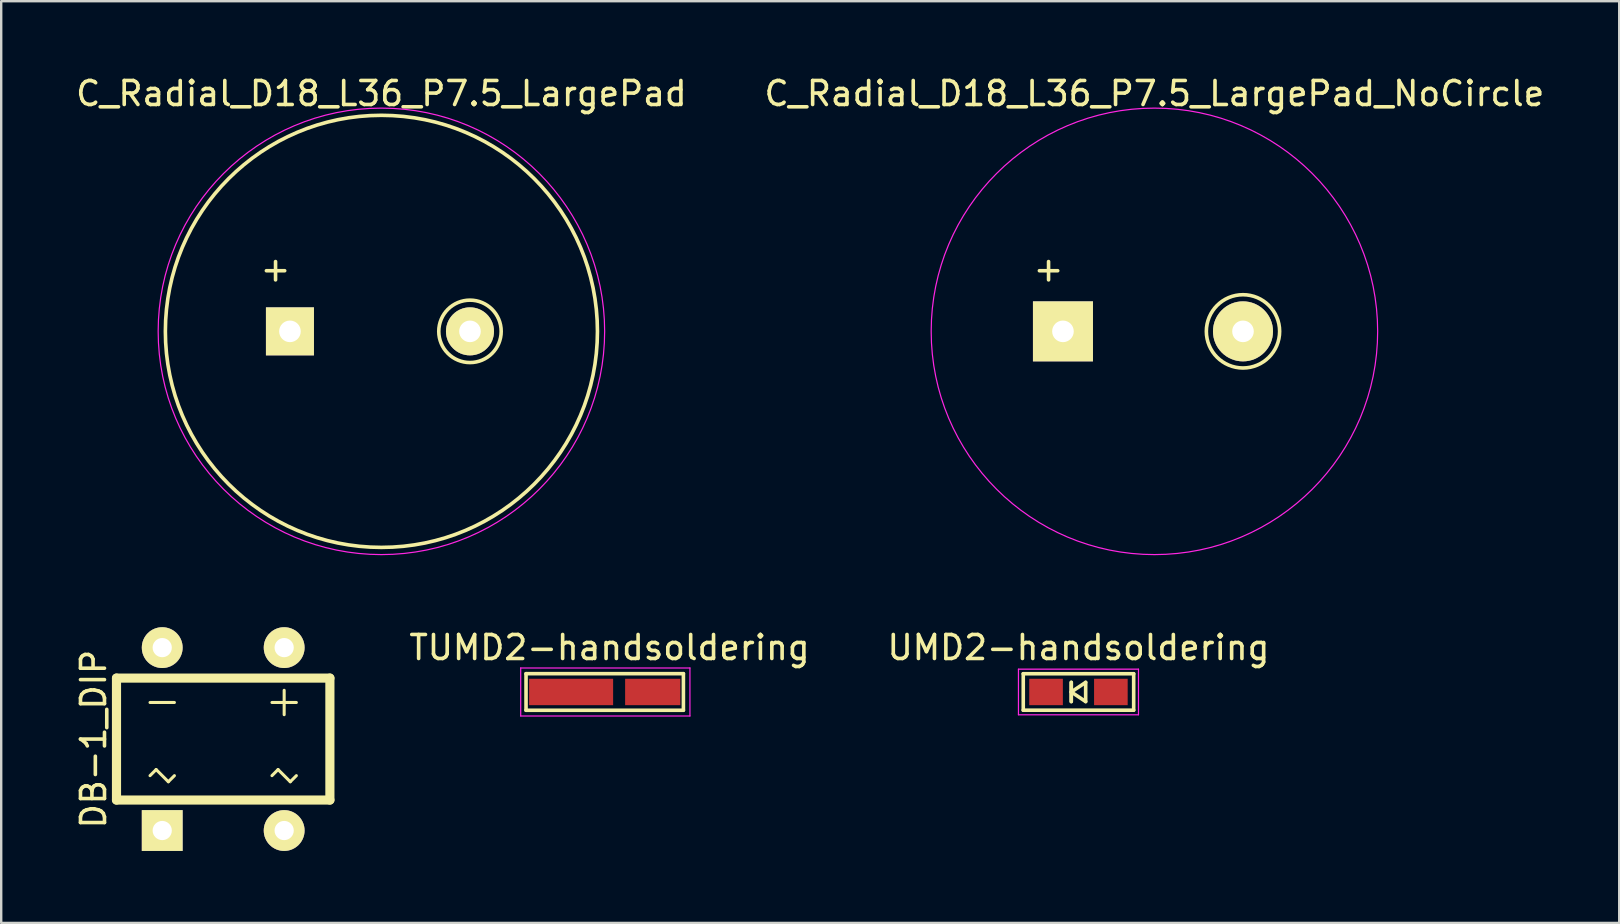
<source format=kicad_pcb>
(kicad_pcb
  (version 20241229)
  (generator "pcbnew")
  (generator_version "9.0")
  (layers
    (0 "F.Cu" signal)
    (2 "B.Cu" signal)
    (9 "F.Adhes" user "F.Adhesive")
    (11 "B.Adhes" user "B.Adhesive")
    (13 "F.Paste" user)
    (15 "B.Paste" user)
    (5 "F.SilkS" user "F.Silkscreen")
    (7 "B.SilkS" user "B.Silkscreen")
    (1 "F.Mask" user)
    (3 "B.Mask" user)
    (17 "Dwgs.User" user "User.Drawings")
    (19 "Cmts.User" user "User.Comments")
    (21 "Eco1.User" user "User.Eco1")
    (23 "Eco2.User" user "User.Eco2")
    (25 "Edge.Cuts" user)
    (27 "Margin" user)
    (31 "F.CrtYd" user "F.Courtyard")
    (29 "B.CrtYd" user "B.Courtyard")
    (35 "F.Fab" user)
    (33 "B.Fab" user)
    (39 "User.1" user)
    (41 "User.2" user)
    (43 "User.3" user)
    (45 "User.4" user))
  (footprint "TUMD2-handsoldering"
    (layer "F.Cu")
    (at 22.342 25.777)
    (property "Reference" "TUMD2-handsoldering" (at 0 -1.85 0) (layer "F.SilkS") (effects (font (size 1 1) (thickness 0.15))))
    (attr smd)
    (fp_line (start -3.478 -0.762) (end 3.078 -0.762) (stroke (width 0.15) (type solid)) (layer "F.SilkS"))
    (fp_line (start -3.478 0.762) (end -3.478 -0.762) (stroke (width 0.15) (type solid)) (layer "F.SilkS"))
    (fp_line (start 3.078 -0.762) (end 3.078 0.762) (stroke (width 0.15) (type solid)) (layer "F.SilkS"))
    (fp_line (start 3.078 0.762) (end -3.478 0.762) (stroke (width 0.15) (type solid)) (layer "F.SilkS"))
    (fp_line (start -3.7 -1) (end 3.35 -1) (stroke (width 0.05) (type solid)) (layer "F.CrtYd"))
    (fp_line (start -3.7 1) (end -3.7 -1) (stroke (width 0.05) (type solid)) (layer "F.CrtYd"))
    (fp_line (start 3.35 -1) (end 3.35 1) (stroke (width 0.05) (type solid)) (layer "F.CrtYd"))
    (fp_line (start 3.35 1) (end -3.7 1) (stroke (width 0.05) (type solid)) (layer "F.CrtYd"))
    (pad "1" smd rect (at -1.6 0 180) (size 3.5 1.1) (layers "F.Cu" "F.Mask" "F.Paste"))
    (pad "2" smd rect (at 1.8 0 180) (size 2.3 1.1) (layers "F.Cu" "F.Mask" "F.Paste")))
  (footprint "C_Radial_D18_L36_P7.5_LargePad_NoCircle"
    (layer "F.Cu")
    (at 41.232 10.754)
    (property "Reference" "C_Radial_D18_L36_P7.5_LargePad_NoCircle" (at 3.81 -9.906 0) (layer "F.SilkS") (effects (font (size 1 1) (thickness 0.15))))
    (attr through_hole)
    (fp_circle (center 7.5 0) (end 8.3 -1.3) (stroke (width 0.15) (type solid)) (fill no) (layer "F.SilkS"))
    (fp_circle (center 3.81 0) (end 3.81 -9.3) (stroke (width 0.05) (type solid)) (fill no) (layer "F.CrtYd"))
    (fp_text user "+" (at -0.6 -2.6 0) (layer "F.SilkS") (effects (font (size 1 1) (thickness 0.15))))
    (pad "1" thru_hole rect (at 0 0) (size 2.5 2.5) (drill 0.9) (layers "*.Cu" "*.Mask" "F.SilkS"))
    (pad "2" thru_hole circle (at 7.5 0) (size 2.5 2.5) (drill 0.9) (layers "*.Cu" "*.Mask" "F.SilkS")))
  (footprint "UMD2-handsoldering"
    (layer "F.Cu")
    (at 41.878 25.777)
    (property "Reference" "UMD2-handsoldering" (at 0 -1.85 0) (layer "F.SilkS") (effects (font (size 1 1) (thickness 0.15))))
    (attr smd)
    (fp_line (start -2.3 -0.76) (end 2.3 -0.76) (stroke (width 0.15) (type solid)) (layer "F.SilkS"))
    (fp_line (start -2.3 0.76) (end -2.3 -0.76) (stroke (width 0.15) (type solid)) (layer "F.SilkS"))
    (fp_line (start -0.3 -0.4) (end -0.3 0.4) (stroke (width 0.15) (type solid)) (layer "F.SilkS"))
    (fp_line (start -0.3 0) (end 0.3 -0.4) (stroke (width 0.15) (type solid)) (layer "F.SilkS"))
    (fp_line (start -0.3 0) (end 0.3 0.4) (stroke (width 0.15) (type solid)) (layer "F.SilkS"))
    (fp_line (start -0.3 0.4) (end -0.3 -0.4) (stroke (width 0.15) (type solid)) (layer "F.SilkS"))
    (fp_line (start 0.3 0.4) (end 0.3 -0.4) (stroke (width 0.15) (type solid)) (layer "F.SilkS"))
    (fp_line (start 2.3 -0.76) (end 2.3 0.76) (stroke (width 0.15) (type solid)) (layer "F.SilkS"))
    (fp_line (start 2.3 0.76) (end -2.3 0.76) (stroke (width 0.15) (type solid)) (layer "F.SilkS"))
    (fp_line (start -2.5 -0.95) (end 2.5 -0.95) (stroke (width 0.05) (type solid)) (layer "F.CrtYd"))
    (fp_line (start -2.5 0.95) (end -2.5 -0.95) (stroke (width 0.05) (type solid)) (layer "F.CrtYd"))
    (fp_line (start 2.5 -0.95) (end 2.5 0.95) (stroke (width 0.05) (type solid)) (layer "F.CrtYd"))
    (fp_line (start 2.5 0.95) (end -2.5 0.95) (stroke (width 0.05) (type solid)) (layer "F.CrtYd"))
    (pad "1" smd rect (at -1.35 0 180) (size 1.4 1.1) (layers "F.Cu" "F.Mask" "F.Paste"))
    (pad "2" smd rect (at 1.35 0 180) (size 1.4 1.1) (layers "F.Cu" "F.Mask" "F.Paste")))
  (footprint "DB-1_DIP"
    (layer "F.Cu")
    (at 6.248 27.739)
    (property "Reference" "DB-1_DIP" (at -5.4 0 90) (layer "F.SilkS") (effects (font (size 1 1) (thickness 0.15))))
    (attr through_hole)
    (fp_line (start -4.445 -2.54) (end 4.445 -2.54) (stroke (width 0.381) (type solid)) (layer "F.SilkS"))
    (fp_line (start -4.445 2.54) (end -4.445 -2.54) (stroke (width 0.381) (type solid)) (layer "F.SilkS"))
    (fp_line (start -3.048 -1.524) (end -2.032 -1.524) (stroke (width 0.127) (type solid)) (layer "F.SilkS"))
    (fp_line (start -3.048 1.524) (end -2.794 1.27) (stroke (width 0.127) (type solid)) (layer "F.SilkS"))
    (fp_line (start -2.794 1.27) (end -2.286 1.778) (stroke (width 0.127) (type solid)) (layer "F.SilkS"))
    (fp_line (start -2.286 1.778) (end -2.032 1.524) (stroke (width 0.127) (type solid)) (layer "F.SilkS"))
    (fp_line (start 2.032 1.524) (end 2.286 1.27) (stroke (width 0.127) (type solid)) (layer "F.SilkS"))
    (fp_line (start 2.286 1.27) (end 2.794 1.778) (stroke (width 0.127) (type solid)) (layer "F.SilkS"))
    (fp_line (start 2.54 -2.032) (end 2.54 -1.016) (stroke (width 0.127) (type solid)) (layer "F.SilkS"))
    (fp_line (start 2.794 1.778) (end 3.048 1.524) (stroke (width 0.127) (type solid)) (layer "F.SilkS"))
    (fp_line (start 3.048 -1.524) (end 2.032 -1.524) (stroke (width 0.127) (type solid)) (layer "F.SilkS"))
    (fp_line (start 4.445 -2.54) (end 4.445 2.54) (stroke (width 0.381) (type solid)) (layer "F.SilkS"))
    (fp_line (start 4.445 2.54) (end -4.445 2.54) (stroke (width 0.381) (type solid)) (layer "F.SilkS"))
    (pad "1" thru_hole rect (at -2.54 3.81) (size 1.7 1.7) (drill 0.8) (layers "*.Cu" "*.Mask" "F.SilkS"))
    (pad "2" thru_hole circle (at 2.54 3.81) (size 1.7 1.7) (drill 0.8) (layers "*.Cu" "*.Mask" "F.SilkS"))
    (pad "3" thru_hole circle (at 2.54 -3.81) (size 1.7 1.7) (drill 0.8) (layers "*.Cu" "*.Mask" "F.SilkS"))
    (pad "4" thru_hole circle (at -2.54 -3.81) (size 1.7 1.7) (drill 0.8) (layers "*.Cu" "*.Mask" "F.SilkS")))
  (footprint "C_Radial_D18_L36_P7.5_LargePad"
    (layer "F.Cu")
    (at 9.029 10.754)
    (property "Reference" "C_Radial_D18_L36_P7.5_LargePad" (at 3.81 -9.906 0) (layer "F.SilkS") (effects (font (size 1 1) (thickness 0.15))))
    (attr through_hole)
    (fp_circle (center 3.81 0) (end 3.81 -9) (stroke (width 0.15) (type solid)) (fill no) (layer "F.SilkS"))
    (fp_circle (center 7.5 0) (end 7.5 -1.3) (stroke (width 0.15) (type solid)) (fill no) (layer "F.SilkS"))
    (fp_circle (center 3.81 0) (end 3.81 -9.3) (stroke (width 0.05) (type solid)) (fill no) (layer "F.CrtYd"))
    (fp_text user "+" (at -0.6 -2.6 0) (layer "F.SilkS") (effects (font (size 1 1) (thickness 0.15))))
    (pad "1" thru_hole rect (at 0 0) (size 2 2) (drill 0.9) (layers "*.Cu" "*.Mask" "F.SilkS"))
    (pad "2" thru_hole circle (at 7.5 0) (size 2 2) (drill 0.9) (layers "*.Cu" "*.Mask" "F.SilkS")))
  (gr_rect
    (start -3 -3)
    (end 64.405 35.399)
    (stroke (width 0.1) (type default))
    (fill no)
    (layer "Edge.Cuts")))
</source>
